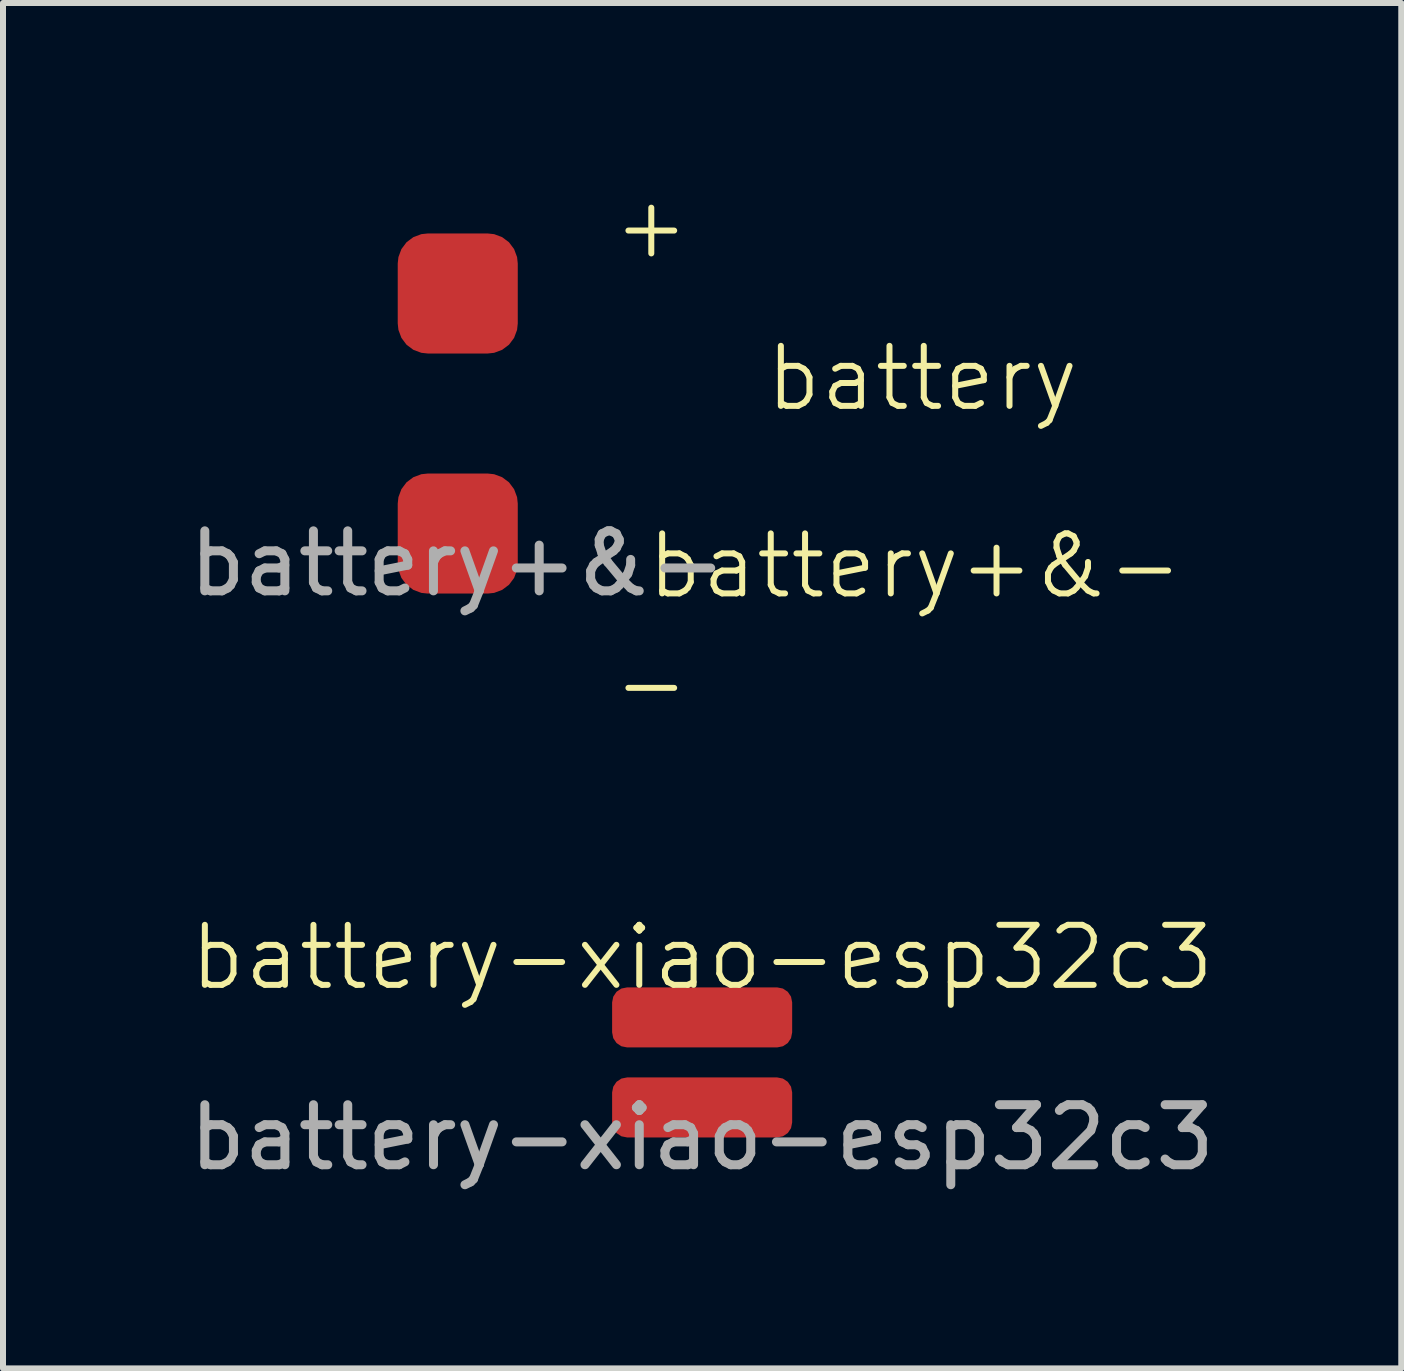
<source format=kicad_pcb>
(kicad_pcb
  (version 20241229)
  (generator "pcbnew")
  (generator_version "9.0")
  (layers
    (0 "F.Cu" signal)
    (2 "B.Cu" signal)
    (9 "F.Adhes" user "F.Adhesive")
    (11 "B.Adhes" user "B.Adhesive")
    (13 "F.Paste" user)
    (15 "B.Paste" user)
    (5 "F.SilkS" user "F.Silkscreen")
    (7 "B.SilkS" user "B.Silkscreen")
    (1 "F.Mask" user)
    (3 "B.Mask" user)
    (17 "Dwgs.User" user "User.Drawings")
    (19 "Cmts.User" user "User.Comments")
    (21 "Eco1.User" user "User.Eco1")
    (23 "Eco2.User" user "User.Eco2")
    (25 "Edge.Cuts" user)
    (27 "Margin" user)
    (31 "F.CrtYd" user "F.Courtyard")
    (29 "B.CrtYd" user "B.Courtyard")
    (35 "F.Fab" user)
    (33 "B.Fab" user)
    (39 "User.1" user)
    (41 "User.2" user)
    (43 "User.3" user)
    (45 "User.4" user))
  (footprint "battery+&-"
    (layer "F.Cu")
    (at 4.577 3.84)
    (property "Reference" "battery+&-" (at 7.62 2.54 0) (unlocked yes) (layer "F.SilkS") (effects (font (size 1 1) (thickness 0.1))))
    (attr smd)
    (fp_text user "-" (at 2.54 5.08 0) (unlocked yes) (layer "F.SilkS") (effects (font (size 1 1) (thickness 0.1)) (justify left bottom)))
    (fp_text user "+" (at 2.54 -2.54 0) (unlocked yes) (layer "F.SilkS") (effects (font (size 1 1) (thickness 0.1)) (justify left bottom)))
    (fp_text user "battery" (at 5.08 0 0) (unlocked yes) (layer "F.SilkS") (effects (font (size 1 1) (thickness 0.1)) (justify left bottom)))
    (fp_text user "${REFERENCE}" (at 0 2.5 0) (unlocked yes) (layer "F.Fab") (effects (font (size 1 1) (thickness 0.15))))
    (pad "1" smd roundrect (at 0 -2) (size 2 2) (layers "F.Cu" "F.Mask" "F.Paste") (roundrect_rratio 0.25))
    (pad "2" smd roundrect (at 0 2) (size 2 2) (layers "F.Cu" "F.Mask" "F.Paste") (roundrect_rratio 0.25)))
  (footprint "battery-xiao-esp32c3"
    (layer "F.Cu")
    (at 8.649 13.402)
    (property "Reference" "battery-xiao-esp32c3" (at 0 -0.5 0) (unlocked yes) (layer "F.SilkS") (effects (font (size 1 1) (thickness 0.1))))
    (attr smd)
    (fp_text user "${REFERENCE}" (at 0 2.5 0) (unlocked yes) (layer "F.Fab") (effects (font (size 1 1) (thickness 0.15))))
    (pad "1" smd roundrect (at 0 0.5) (size 3 1) (layers "F.Cu" "F.Mask" "F.Paste") (roundrect_rratio 0.25))
    (pad "2" smd roundrect (at 0 2) (size 3 1) (layers "F.Cu" "F.Mask" "F.Paste") (roundrect_rratio 0.25)))
  (gr_rect
    (start -3 -3)
    (end 20.298 19.75)
    (stroke (width 0.1) (type default))
    (fill no)
    (layer "Edge.Cuts")))
</source>
